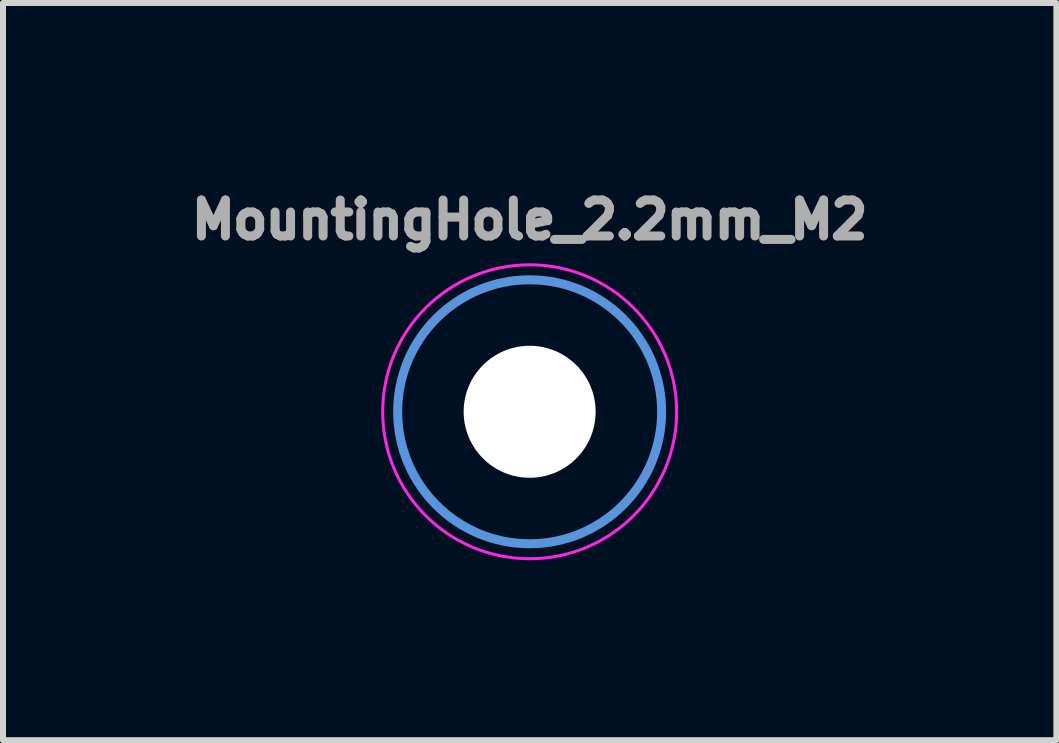
<source format=kicad_pcb>
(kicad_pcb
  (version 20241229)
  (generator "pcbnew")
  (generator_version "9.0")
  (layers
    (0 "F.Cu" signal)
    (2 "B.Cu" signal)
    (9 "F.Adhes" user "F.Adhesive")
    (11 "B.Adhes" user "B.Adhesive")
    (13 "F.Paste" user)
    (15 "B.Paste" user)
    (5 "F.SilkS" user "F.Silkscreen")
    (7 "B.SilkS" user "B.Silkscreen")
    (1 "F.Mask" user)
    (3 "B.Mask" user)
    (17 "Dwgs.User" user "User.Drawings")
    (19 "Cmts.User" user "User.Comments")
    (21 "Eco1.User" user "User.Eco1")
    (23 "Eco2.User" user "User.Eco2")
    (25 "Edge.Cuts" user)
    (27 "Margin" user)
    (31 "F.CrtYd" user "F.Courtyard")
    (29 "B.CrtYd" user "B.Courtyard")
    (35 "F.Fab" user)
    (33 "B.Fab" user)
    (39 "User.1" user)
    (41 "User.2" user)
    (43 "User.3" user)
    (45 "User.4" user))
  (footprint "MountingHole_2.2mm_M2"
    (layer "F.Cu")
    (at 5.779 3.814)
    (property "Reference" "MountingHole_2.2mm_M2" (at 0 -3.2 0) (layer "F.Fab") (effects (font (size 0.6 0.6) (thickness 0.15))))
    (attr exclude_from_pos_files exclude_from_bom)
    (fp_circle (center 0 0) (end 2.2 0) (stroke (width 0.15) (type solid)) (fill no) (layer "Cmts.User"))
    (fp_circle (center 0 0) (end 2.45 0) (stroke (width 0.05) (type solid)) (fill no) (layer "F.CrtYd"))
    (pad "" np_thru_hole circle (at 0 0) (size 2.2 2.2) (drill 2.2) (layers "*.Cu" "*.Mask")))
  (gr_rect
    (start -3 -3)
    (end 14.559 9.289)
    (stroke (width 0.1) (type default))
    (fill no)
    (layer "Edge.Cuts")))
</source>
